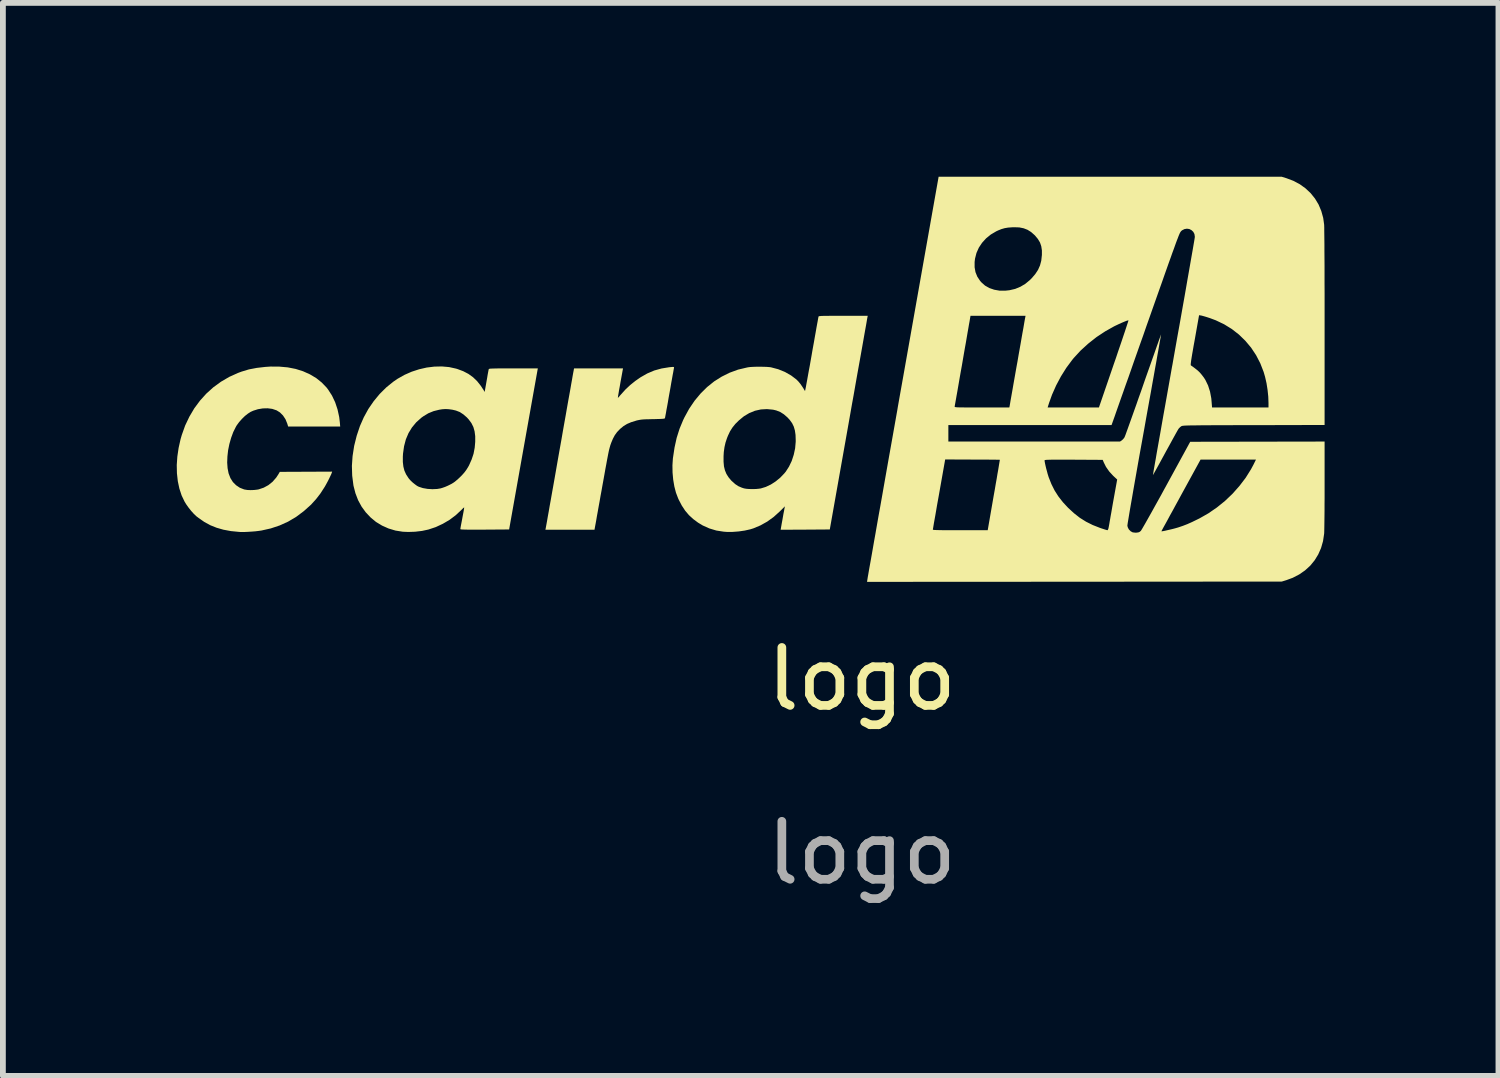
<source format=kicad_pcb>
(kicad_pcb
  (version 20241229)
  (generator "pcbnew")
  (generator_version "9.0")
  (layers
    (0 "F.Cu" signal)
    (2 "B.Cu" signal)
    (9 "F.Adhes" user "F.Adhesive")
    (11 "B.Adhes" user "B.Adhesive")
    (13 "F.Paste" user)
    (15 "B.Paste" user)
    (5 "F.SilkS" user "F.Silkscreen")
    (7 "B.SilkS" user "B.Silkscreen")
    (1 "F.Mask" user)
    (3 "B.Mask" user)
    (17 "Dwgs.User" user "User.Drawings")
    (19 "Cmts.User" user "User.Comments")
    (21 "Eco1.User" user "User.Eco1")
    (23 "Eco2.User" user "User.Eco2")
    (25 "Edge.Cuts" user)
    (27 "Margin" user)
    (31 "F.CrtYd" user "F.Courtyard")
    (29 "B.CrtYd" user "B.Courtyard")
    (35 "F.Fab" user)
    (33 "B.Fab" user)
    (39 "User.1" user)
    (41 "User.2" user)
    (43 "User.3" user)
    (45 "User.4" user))
  (footprint "logo"
    (layer "F.Cu")
    (at 11.822 4.467)
    (property "Reference" "logo" (at 0 4.2 0) (unlocked yes) (layer "F.SilkS") (effects (font (size 1 1) (thickness 0.15))))
    (attr smd)
    (fp_poly (pts (xy -10.052 -1.191) (xy -9.907 -1.178) (xy -9.77 -1.151) (xy -9.643 -1.111) (xy -9.525 -1.058) (xy -9.417 -0.994) (xy -9.321 -0.917) (xy -9.237 -0.83) (xy -9.209 -0.793) (xy -9.143 -0.69) (xy -9.089 -0.576) (xy -9.048 -0.453) (xy -9.019 -0.321) (xy -9.008 -0.228) (xy -9.002 -0.157) (xy -9.451 -0.157) (xy -9.9 -0.157) (xy -9.915 -0.207) (xy -9.946 -0.283) (xy -9.989 -0.348) (xy -10.041 -0.4) (xy -10.102 -0.438) (xy -10.104 -0.438) (xy -10.175 -0.462) (xy -10.254 -0.472) (xy -10.337 -0.47) (xy -10.421 -0.456) (xy -10.503 -0.43) (xy -10.547 -0.41) (xy -10.594 -0.38) (xy -10.646 -0.339) (xy -10.697 -0.289) (xy -10.745 -0.235) (xy -10.785 -0.181) (xy -10.801 -0.154) (xy -10.847 -0.062) (xy -10.884 0.038) (xy -10.914 0.144) (xy -10.936 0.252) (xy -10.948 0.36) (xy -10.952 0.465) (xy -10.945 0.562) (xy -10.928 0.649) (xy -10.926 0.655) (xy -10.896 0.733) (xy -10.853 0.801) (xy -10.798 0.856) (xy -10.734 0.899) (xy -10.66 0.928) (xy -10.645 0.931) (xy -10.601 0.938) (xy -10.547 0.94) (xy -10.49 0.938) (xy -10.436 0.932) (xy -10.408 0.927) (xy -10.322 0.898) (xy -10.241 0.854) (xy -10.169 0.796) (xy -10.106 0.724) (xy -10.071 0.671) (xy -10.044 0.625) (xy -9.593 0.623) (xy -9.141 0.621) (xy -9.147 0.64) (xy -9.157 0.666) (xy -9.174 0.702) (xy -9.195 0.746) (xy -9.219 0.793) (xy -9.244 0.839) (xy -9.267 0.88) (xy -9.274 0.891) (xy -9.344 0.999) (xy -9.418 1.095) (xy -9.497 1.182) (xy -9.502 1.188) (xy -9.629 1.302) (xy -9.761 1.401) (xy -9.901 1.484) (xy -10.047 1.55) (xy -10.2 1.601) (xy -10.36 1.637) (xy -10.409 1.644) (xy -10.467 1.651) (xy -10.532 1.656) (xy -10.598 1.66) (xy -10.661 1.663) (xy -10.716 1.663) (xy -10.746 1.661) (xy -10.888 1.647) (xy -11.017 1.623) (xy -11.135 1.589) (xy -11.245 1.545) (xy -11.347 1.489) (xy -11.445 1.421) (xy -11.484 1.391) (xy -11.527 1.35) (xy -11.573 1.299) (xy -11.619 1.241) (xy -11.66 1.183) (xy -11.687 1.139) (xy -11.738 1.032) (xy -11.777 0.913) (xy -11.804 0.786) (xy -11.819 0.65) (xy -11.822 0.508) (xy -11.812 0.361) (xy -11.79 0.212) (xy -11.756 0.06) (xy -11.735 -0.012) (xy -11.677 -0.175) (xy -11.604 -0.328) (xy -11.519 -0.472) (xy -11.421 -0.604) (xy -11.311 -0.726) (xy -11.19 -0.835) (xy -11.058 -0.931) (xy -10.916 -1.014) (xy -10.765 -1.082) (xy -10.703 -1.105) (xy -10.577 -1.143) (xy -10.441 -1.169) (xy -10.293 -1.186) (xy -10.204 -1.192)) (stroke (width 0) (type solid)) (fill yes) (layer "F.SilkS"))
    (fp_poly (pts (xy -3.243 -1.182) (xy -3.241 -1.176) (xy -3.242 -1.172) (xy -3.244 -1.16) (xy -3.249 -1.134) (xy -3.256 -1.093) (xy -3.266 -1.041) (xy -3.277 -0.978) (xy -3.29 -0.907) (xy -3.303 -0.83) (xy -3.318 -0.747) (xy -3.32 -0.737) (xy -3.335 -0.653) (xy -3.348 -0.575) (xy -3.361 -0.503) (xy -3.373 -0.44) (xy -3.382 -0.386) (xy -3.39 -0.345) (xy -3.395 -0.317) (xy -3.398 -0.304) (xy -3.398 -0.303) (xy -3.401 -0.298) (xy -3.408 -0.295) (xy -3.422 -0.292) (xy -3.444 -0.29) (xy -3.477 -0.288) (xy -3.522 -0.287) (xy -3.582 -0.285) (xy -3.607 -0.285) (xy -3.674 -0.283) (xy -3.727 -0.282) (xy -3.768 -0.28) (xy -3.802 -0.277) (xy -3.83 -0.273) (xy -3.856 -0.268) (xy -3.884 -0.262) (xy -3.897 -0.258) (xy -3.981 -0.232) (xy -4.052 -0.202) (xy -4.114 -0.164) (xy -4.17 -0.118) (xy -4.176 -0.112) (xy -4.225 -0.061) (xy -4.264 -0.007) (xy -4.297 0.055) (xy -4.327 0.127) (xy -4.333 0.145) (xy -4.34 0.163) (xy -4.345 0.182) (xy -4.351 0.202) (xy -4.357 0.225) (xy -4.364 0.252) (xy -4.371 0.285) (xy -4.379 0.325) (xy -4.388 0.372) (xy -4.399 0.429) (xy -4.411 0.496) (xy -4.426 0.575) (xy -4.442 0.666) (xy -4.461 0.772) (xy -4.483 0.893) (xy -4.491 0.94) (xy -4.51 1.042) (xy -4.527 1.14) (xy -4.544 1.233) (xy -4.559 1.318) (xy -4.573 1.394) (xy -4.584 1.46) (xy -4.594 1.515) (xy -4.602 1.557) (xy -4.607 1.584) (xy -4.609 1.596) (xy -4.614 1.624) (xy -5.037 1.624) (xy -5.461 1.624) (xy -5.456 1.6) (xy -5.454 1.589) (xy -5.449 1.562) (xy -5.441 1.519) (xy -5.431 1.463) (xy -5.419 1.393) (xy -5.404 1.311) (xy -5.388 1.217) (xy -5.369 1.113) (xy -5.349 0.999) (xy -5.327 0.876) (xy -5.304 0.746) (xy -5.28 0.609) (xy -5.255 0.465) (xy -5.229 0.317) (xy -5.213 0.227) (xy -5.186 0.077) (xy -5.161 -0.069) (xy -5.136 -0.21) (xy -5.112 -0.344) (xy -5.09 -0.471) (xy -5.069 -0.59) (xy -5.049 -0.7) (xy -5.031 -0.8) (xy -5.016 -0.888) (xy -5.002 -0.965) (xy -4.991 -1.03) (xy -4.982 -1.08) (xy -4.975 -1.116) (xy -4.971 -1.136) (xy -4.971 -1.141) (xy -4.966 -1.16) (xy -4.544 -1.16) (xy -4.122 -1.16) (xy -4.168 -0.908) (xy -4.179 -0.844) (xy -4.19 -0.786) (xy -4.198 -0.736) (xy -4.205 -0.696) (xy -4.209 -0.667) (xy -4.211 -0.653) (xy -4.211 -0.652) (xy -4.204 -0.657) (xy -4.189 -0.673) (xy -4.169 -0.697) (xy -4.151 -0.717) (xy -4.078 -0.798) (xy -3.999 -0.872) (xy -3.911 -0.943) (xy -3.819 -1.007) (xy -3.703 -1.073) (xy -3.583 -1.124) (xy -3.456 -1.159) (xy -3.32 -1.181) (xy -3.305 -1.182) (xy -3.272 -1.185) (xy -3.252 -1.185)) (stroke (width 0) (type solid)) (fill yes) (layer "F.SilkS"))
    (fp_poly (pts (xy -7.123 -1.183) (xy -7.005 -1.157) (xy -6.981 -1.15) (xy -6.879 -1.112) (xy -6.789 -1.065) (xy -6.711 -1.009) (xy -6.64 -0.941) (xy -6.575 -0.859) (xy -6.525 -0.782) (xy -6.509 -0.754) (xy -6.476 -0.942) (xy -6.466 -0.998) (xy -6.458 -1.048) (xy -6.45 -1.091) (xy -6.444 -1.123) (xy -6.44 -1.142) (xy -6.439 -1.145) (xy -6.437 -1.149) (xy -6.433 -1.151) (xy -6.425 -1.154) (xy -6.411 -1.156) (xy -6.39 -1.157) (xy -6.361 -1.158) (xy -6.322 -1.159) (xy -6.272 -1.16) (xy -6.21 -1.16) (xy -6.133 -1.16) (xy -6.041 -1.16) (xy -6.014 -1.16) (xy -5.592 -1.16) (xy -5.84 0.23) (xy -6.087 1.619) (xy -6.508 1.622) (xy -6.606 1.622) (xy -6.688 1.622) (xy -6.755 1.622) (xy -6.809 1.622) (xy -6.851 1.621) (xy -6.882 1.62) (xy -6.904 1.619) (xy -6.919 1.617) (xy -6.926 1.615) (xy -6.929 1.612) (xy -6.929 1.612) (xy -6.927 1.6) (xy -6.923 1.574) (xy -6.916 1.536) (xy -6.907 1.49) (xy -6.897 1.437) (xy -6.894 1.42) (xy -6.884 1.367) (xy -6.875 1.32) (xy -6.868 1.281) (xy -6.864 1.253) (xy -6.862 1.239) (xy -6.862 1.238) (xy -6.869 1.242) (xy -6.885 1.256) (xy -6.906 1.277) (xy -6.911 1.282) (xy -7.007 1.372) (xy -7.115 1.453) (xy -7.231 1.521) (xy -7.353 1.578) (xy -7.479 1.62) (xy -7.59 1.644) (xy -7.71 1.658) (xy -7.826 1.662) (xy -7.922 1.658) (xy -8.048 1.638) (xy -8.168 1.602) (xy -8.28 1.552) (xy -8.384 1.489) (xy -8.477 1.412) (xy -8.561 1.323) (xy -8.633 1.224) (xy -8.693 1.114) (xy -8.739 0.994) (xy -8.772 0.866) (xy -8.774 0.854) (xy -8.795 0.69) (xy -8.8 0.522) (xy -8.789 0.362) (xy -7.921 0.362) (xy -7.921 0.454) (xy -7.912 0.533) (xy -7.894 0.604) (xy -7.865 0.668) (xy -7.825 0.73) (xy -7.813 0.746) (xy -7.785 0.777) (xy -7.75 0.81) (xy -7.711 0.841) (xy -7.675 0.867) (xy -7.646 0.882) (xy -7.575 0.905) (xy -7.494 0.919) (xy -7.41 0.924) (xy -7.327 0.92) (xy -7.269 0.91) (xy -7.236 0.9) (xy -7.193 0.885) (xy -7.149 0.866) (xy -7.122 0.853) (xy -7.077 0.83) (xy -7.039 0.806) (xy -7.003 0.778) (xy -6.962 0.742) (xy -6.954 0.735) (xy -6.902 0.684) (xy -6.861 0.638) (xy -6.827 0.593) (xy -6.797 0.545) (xy -6.779 0.513) (xy -6.734 0.412) (xy -6.701 0.313) (xy -6.681 0.209) (xy -6.672 0.106) (xy -6.672 0.01) (xy -6.683 -0.075) (xy -6.704 -0.149) (xy -6.738 -0.217) (xy -6.785 -0.28) (xy -6.816 -0.314) (xy -6.877 -0.367) (xy -6.938 -0.407) (xy -7.005 -0.433) (xy -7.064 -0.447) (xy -7.128 -0.456) (xy -7.185 -0.459) (xy -7.243 -0.455) (xy -7.293 -0.447) (xy -7.39 -0.423) (xy -7.481 -0.386) (xy -7.567 -0.334) (xy -7.603 -0.308) (xy -7.69 -0.23) (xy -7.763 -0.142) (xy -7.823 -0.044) (xy -7.869 0.065) (xy -7.9 0.183) (xy -7.918 0.311) (xy -7.921 0.362) (xy -8.789 0.362) (xy -8.788 0.351) (xy -8.761 0.177) (xy -8.717 0.001) (xy -8.661 -0.166) (xy -8.595 -0.316) (xy -8.516 -0.46) (xy -8.424 -0.594) (xy -8.321 -0.719) (xy -8.207 -0.832) (xy -8.085 -0.931) (xy -8.012 -0.981) (xy -7.894 -1.048) (xy -7.769 -1.103) (xy -7.64 -1.145) (xy -7.509 -1.175) (xy -7.378 -1.191) (xy -7.248 -1.194)) (stroke (width 0) (type solid)) (fill yes) (layer "F.SilkS"))
    (fp_poly (pts (xy 0.095 -2.04) (xy 0.093 -2.029) (xy 0.088 -2.001) (xy 0.081 -1.959) (xy 0.071 -1.901) (xy 0.058 -1.83) (xy 0.043 -1.746) (xy 0.026 -1.649) (xy 0.007 -1.541) (xy -0.014 -1.423) (xy -0.037 -1.294) (xy -0.062 -1.156) (xy -0.088 -1.011) (xy -0.115 -0.857) (xy -0.143 -0.697) (xy -0.173 -0.532) (xy -0.203 -0.361) (xy -0.232 -0.196) (xy -0.554 1.619) (xy -0.978 1.622) (xy -1.402 1.624) (xy -1.382 1.509) (xy -1.372 1.456) (xy -1.362 1.399) (xy -1.353 1.346) (xy -1.345 1.307) (xy -1.329 1.22) (xy -1.417 1.308) (xy -1.521 1.402) (xy -1.633 1.483) (xy -1.751 1.549) (xy -1.873 1.6) (xy -1.928 1.617) (xy -2.022 1.638) (xy -2.125 1.653) (xy -2.231 1.661) (xy -2.332 1.661) (xy -2.386 1.657) (xy -2.513 1.637) (xy -2.632 1.601) (xy -2.746 1.55) (xy -2.826 1.502) (xy -2.911 1.439) (xy -2.985 1.371) (xy -3.05 1.294) (xy -3.108 1.206) (xy -3.161 1.104) (xy -3.171 1.082) (xy -3.208 0.985) (xy -3.236 0.877) (xy -3.256 0.759) (xy -3.267 0.637) (xy -3.269 0.513) (xy -3.265 0.45) (xy -2.387 0.45) (xy -2.38 0.53) (xy -2.363 0.599) (xy -2.337 0.662) (xy -2.3 0.72) (xy -2.252 0.777) (xy -2.243 0.785) (xy -2.188 0.835) (xy -2.132 0.872) (xy -2.071 0.898) (xy -2.034 0.91) (xy -1.995 0.917) (xy -1.945 0.921) (xy -1.888 0.922) (xy -1.831 0.921) (xy -1.779 0.916) (xy -1.744 0.911) (xy -1.659 0.885) (xy -1.572 0.844) (xy -1.488 0.79) (xy -1.409 0.725) (xy -1.338 0.651) (xy -1.314 0.622) (xy -1.258 0.535) (xy -1.211 0.437) (xy -1.176 0.33) (xy -1.152 0.219) (xy -1.142 0.105) (xy -1.142 0.076) (xy -1.145 -0.013) (xy -1.156 -0.089) (xy -1.175 -0.155) (xy -1.204 -0.215) (xy -1.244 -0.27) (xy -1.284 -0.314) (xy -1.346 -0.368) (xy -1.409 -0.408) (xy -1.478 -0.435) (xy -1.533 -0.448) (xy -1.639 -0.458) (xy -1.744 -0.452) (xy -1.846 -0.429) (xy -1.944 -0.389) (xy -2.036 -0.334) (xy -2.119 -0.266) (xy -2.183 -0.203) (xy -2.233 -0.141) (xy -2.275 -0.075) (xy -2.311 0.001) (xy -2.327 0.041) (xy -2.353 0.119) (xy -2.371 0.198) (xy -2.383 0.284) (xy -2.387 0.357) (xy -2.387 0.45) (xy -3.265 0.45) (xy -3.261 0.391) (xy -3.26 0.385) (xy -3.233 0.206) (xy -3.196 0.038) (xy -3.146 -0.12) (xy -3.084 -0.269) (xy -3.064 -0.311) (xy -2.981 -0.463) (xy -2.887 -0.602) (xy -2.783 -0.727) (xy -2.671 -0.838) (xy -2.549 -0.936) (xy -2.419 -1.018) (xy -2.282 -1.086) (xy -2.137 -1.139) (xy -1.985 -1.175) (xy -1.966 -1.179) (xy -1.927 -1.184) (xy -1.875 -1.187) (xy -1.816 -1.189) (xy -1.753 -1.189) (xy -1.692 -1.188) (xy -1.637 -1.186) (xy -1.591 -1.182) (xy -1.569 -1.179) (xy -1.444 -1.146) (xy -1.328 -1.099) (xy -1.221 -1.038) (xy -1.131 -0.97) (xy -1.098 -0.937) (xy -1.063 -0.895) (xy -1.031 -0.849) (xy -1.01 -0.817) (xy -0.996 -0.793) (xy -0.986 -0.776) (xy -0.981 -0.771) (xy -0.979 -0.78) (xy -0.974 -0.804) (xy -0.966 -0.842) (xy -0.957 -0.893) (xy -0.945 -0.957) (xy -0.932 -1.03) (xy -0.917 -1.113) (xy -0.9 -1.203) (xy -0.883 -1.3) (xy -0.865 -1.402) (xy -0.865 -1.404) (xy -0.847 -1.507) (xy -0.829 -1.605) (xy -0.813 -1.697) (xy -0.798 -1.781) (xy -0.785 -1.856) (xy -0.773 -1.922) (xy -0.763 -1.975) (xy -0.756 -2.016) (xy -0.751 -2.042) (xy -0.749 -2.053) (xy -0.747 -2.056) (xy -0.743 -2.059) (xy -0.735 -2.062) (xy -0.721 -2.063) (xy -0.701 -2.065) (xy -0.672 -2.066) (xy -0.633 -2.067) (xy -0.584 -2.067) (xy -0.521 -2.068) (xy -0.445 -2.068) (xy -0.353 -2.068) (xy -0.322 -2.068) (xy 0.101 -2.068)) (stroke (width 0) (type solid)) (fill yes) (layer "F.SilkS"))
    (fp_poly (pts (xy 7.323 -4.443) (xy 7.445 -4.397) (xy 7.556 -4.338) (xy 7.656 -4.266) (xy 7.743 -4.184) (xy 7.818 -4.091) (xy 7.88 -3.988) (xy 7.927 -3.876) (xy 7.96 -3.757) (xy 7.976 -3.642) (xy 7.977 -3.622) (xy 7.978 -3.585) (xy 7.978 -3.532) (xy 7.979 -3.464) (xy 7.98 -3.382) (xy 7.981 -3.286) (xy 7.981 -3.176) (xy 7.982 -3.054) (xy 7.983 -2.92) (xy 7.983 -2.775) (xy 7.983 -2.62) (xy 7.984 -2.455) (xy 7.984 -2.281) (xy 7.984 -2.098) (xy 7.984 -1.908) (xy 7.984 -1.863) (xy 7.984 -0.184) (xy 6.763 -0.181) (xy 6.593 -0.181) (xy 6.44 -0.181) (xy 6.302 -0.18) (xy 6.178 -0.18) (xy 6.069 -0.18) (xy 5.973 -0.179) (xy 5.888 -0.179) (xy 5.815 -0.178) (xy 5.753 -0.177) (xy 5.7 -0.177) (xy 5.656 -0.176) (xy 5.62 -0.175) (xy 5.591 -0.174) (xy 5.568 -0.173) (xy 5.55 -0.171) (xy 5.537 -0.17) (xy 5.527 -0.168) (xy 5.52 -0.166) (xy 5.515 -0.164) (xy 5.514 -0.164) (xy 5.49 -0.146) (xy 5.468 -0.123) (xy 5.466 -0.121) (xy 5.458 -0.108) (xy 5.442 -0.081) (xy 5.42 -0.042) (xy 5.393 0.007) (xy 5.361 0.065) (xy 5.325 0.131) (xy 5.286 0.202) (xy 5.244 0.278) (xy 5.235 0.295) (xy 5.194 0.37) (xy 5.156 0.44) (xy 5.121 0.504) (xy 5.09 0.56) (xy 5.064 0.607) (xy 5.044 0.643) (xy 5.03 0.667) (xy 5.023 0.678) (xy 5.022 0.679) (xy 5.023 0.67) (xy 5.028 0.645) (xy 5.034 0.605) (xy 5.044 0.549) (xy 5.056 0.48) (xy 5.071 0.397) (xy 5.087 0.302) (xy 5.106 0.195) (xy 5.127 0.077) (xy 5.15 -0.052) (xy 5.174 -0.19) (xy 5.2 -0.338) (xy 5.228 -0.493) (xy 5.257 -0.656) (xy 5.287 -0.825) (xy 5.318 -1) (xy 5.35 -1.181) (xy 5.359 -1.228) (xy 5.674 -1.228) (xy 5.675 -1.217) (xy 5.677 -1.212) (xy 5.678 -1.211) (xy 5.692 -1.202) (xy 5.716 -1.185) (xy 5.744 -1.164) (xy 5.772 -1.142) (xy 5.797 -1.122) (xy 5.798 -1.121) (xy 5.83 -1.09) (xy 5.865 -1.049) (xy 5.9 -1.003) (xy 5.927 -0.961) (xy 5.973 -0.866) (xy 6.007 -0.76) (xy 6.029 -0.644) (xy 6.035 -0.574) (xy 6.042 -0.486) (xy 6.529 -0.486) (xy 7.016 -0.486) (xy 7.016 -0.566) (xy 7.012 -0.674) (xy 7 -0.789) (xy 6.982 -0.904) (xy 6.957 -1.014) (xy 6.932 -1.1) (xy 6.874 -1.249) (xy 6.802 -1.388) (xy 6.716 -1.518) (xy 6.617 -1.636) (xy 6.506 -1.744) (xy 6.384 -1.839) (xy 6.251 -1.921) (xy 6.107 -1.99) (xy 6.005 -2.028) (xy 5.959 -2.043) (xy 5.917 -2.056) (xy 5.881 -2.066) (xy 5.857 -2.072) (xy 5.853 -2.073) (xy 5.818 -2.078) (xy 5.742 -1.648) (xy 5.724 -1.55) (xy 5.71 -1.468) (xy 5.698 -1.4) (xy 5.689 -1.345) (xy 5.682 -1.301) (xy 5.678 -1.268) (xy 5.675 -1.244) (xy 5.674 -1.228) (xy 5.359 -1.228) (xy 5.382 -1.359) (xy 5.415 -1.545) (xy 5.447 -1.726) (xy 5.479 -1.902) (xy 5.509 -2.072) (xy 5.538 -2.236) (xy 5.566 -2.393) (xy 5.592 -2.542) (xy 5.616 -2.682) (xy 5.639 -2.812) (xy 5.66 -2.932) (xy 5.679 -3.041) (xy 5.696 -3.138) (xy 5.711 -3.223) (xy 5.723 -3.294) (xy 5.733 -3.352) (xy 5.74 -3.394) (xy 5.744 -3.421) (xy 5.745 -3.432) (xy 5.738 -3.479) (xy 5.718 -3.517) (xy 5.687 -3.546) (xy 5.65 -3.565) (xy 5.609 -3.571) (xy 5.566 -3.564) (xy 5.525 -3.543) (xy 5.511 -3.531) (xy 5.507 -3.527) (xy 5.503 -3.522) (xy 5.498 -3.515) (xy 5.493 -3.507) (xy 5.487 -3.496) (xy 5.48 -3.481) (xy 5.472 -3.462) (xy 5.462 -3.438) (xy 5.451 -3.408) (xy 5.437 -3.373) (xy 5.421 -3.33) (xy 5.403 -3.28) (xy 5.382 -3.221) (xy 5.357 -3.154) (xy 5.33 -3.077) (xy 5.298 -2.989) (xy 5.263 -2.89) (xy 5.224 -2.78) (xy 5.181 -2.657) (xy 5.133 -2.522) (xy 5.08 -2.372) (xy 5.022 -2.208) (xy 4.959 -2.029) (xy 4.91 -1.891) (xy 4.854 -1.729) (xy 4.798 -1.572) (xy 4.744 -1.419) (xy 4.692 -1.272) (xy 4.643 -1.131) (xy 4.596 -0.997) (xy 4.551 -0.872) (xy 4.51 -0.755) (xy 4.472 -0.648) (xy 4.438 -0.551) (xy 4.408 -0.466) (xy 4.382 -0.392) (xy 4.361 -0.331) (xy 4.344 -0.284) (xy 4.333 -0.252) (xy 4.326 -0.235) (xy 4.326 -0.233) (xy 4.308 -0.183) (xy 2.9 -0.183) (xy 1.492 -0.183) (xy 1.492 -0.041) (xy 1.492 0.102) (xy 2.973 0.102) (xy 4.454 0.102) (xy 4.484 0.082) (xy 4.507 0.061) (xy 4.528 0.034) (xy 4.532 0.028) (xy 4.537 0.015) (xy 4.548 -0.012) (xy 4.563 -0.054) (xy 4.583 -0.109) (xy 4.607 -0.176) (xy 4.635 -0.254) (xy 4.666 -0.341) (xy 4.7 -0.437) (xy 4.737 -0.54) (xy 4.775 -0.65) (xy 4.816 -0.764) (xy 4.855 -0.877) (xy 4.896 -0.995) (xy 4.936 -1.108) (xy 4.974 -1.215) (xy 5.009 -1.315) (xy 5.042 -1.408) (xy 5.071 -1.491) (xy 5.097 -1.565) (xy 5.119 -1.627) (xy 5.137 -1.678) (xy 5.151 -1.715) (xy 5.159 -1.738) (xy 5.162 -1.746) (xy 5.162 -1.746) (xy 5.161 -1.737) (xy 5.157 -1.713) (xy 5.15 -1.672) (xy 5.14 -1.618) (xy 5.128 -1.549) (xy 5.114 -1.468) (xy 5.097 -1.375) (xy 5.079 -1.27) (xy 5.058 -1.155) (xy 5.036 -1.03) (xy 5.012 -0.897) (xy 4.987 -0.755) (xy 4.96 -0.607) (xy 4.932 -0.452) (xy 4.903 -0.291) (xy 4.874 -0.126) (xy 4.871 -0.11) (xy 4.833 0.101) (xy 4.797 0.299) (xy 4.764 0.484) (xy 4.734 0.655) (xy 4.706 0.813) (xy 4.681 0.956) (xy 4.659 1.085) (xy 4.639 1.198) (xy 4.622 1.297) (xy 4.608 1.381) (xy 4.597 1.448) (xy 4.588 1.5) (xy 4.583 1.535) (xy 4.581 1.554) (xy 4.581 1.557) (xy 4.589 1.585) (xy 4.604 1.614) (xy 4.608 1.62) (xy 4.639 1.651) (xy 4.673 1.669) (xy 4.716 1.674) (xy 4.735 1.674) (xy 4.768 1.67) (xy 4.79 1.662) (xy 4.806 1.649) (xy 5.168 1.649) (xy 5.174 1.651) (xy 5.195 1.648) (xy 5.226 1.642) (xy 5.265 1.633) (xy 5.309 1.623) (xy 5.356 1.612) (xy 5.402 1.6) (xy 5.444 1.588) (xy 5.467 1.581) (xy 5.54 1.556) (xy 5.615 1.527) (xy 5.696 1.491) (xy 5.786 1.447) (xy 5.825 1.428) (xy 5.978 1.341) (xy 6.125 1.24) (xy 6.265 1.127) (xy 6.395 1.003) (xy 6.514 0.869) (xy 6.621 0.729) (xy 6.713 0.582) (xy 6.756 0.502) (xy 6.8 0.413) (xy 6.322 0.413) (xy 5.844 0.413) (xy 5.507 1.028) (xy 5.455 1.124) (xy 5.405 1.215) (xy 5.359 1.3) (xy 5.315 1.379) (xy 5.277 1.45) (xy 5.243 1.512) (xy 5.214 1.564) (xy 5.192 1.604) (xy 5.177 1.633) (xy 5.169 1.648) (xy 5.168 1.649) (xy 4.806 1.649) (xy 4.808 1.648) (xy 4.813 1.644) (xy 4.82 1.633) (xy 4.836 1.607) (xy 4.858 1.569) (xy 4.887 1.519) (xy 4.922 1.457) (xy 4.962 1.386) (xy 5.007 1.306) (xy 5.055 1.219) (xy 5.108 1.124) (xy 5.163 1.025) (xy 5.22 0.92) (xy 5.252 0.862) (xy 5.665 0.106) (xy 6.825 0.104) (xy 7.984 0.102) (xy 7.984 0.848) (xy 7.984 0.962) (xy 7.984 1.074) (xy 7.983 1.181) (xy 7.983 1.282) (xy 7.982 1.376) (xy 7.981 1.461) (xy 7.98 1.535) (xy 7.979 1.597) (xy 7.978 1.646) (xy 7.977 1.68) (xy 7.976 1.693) (xy 7.957 1.82) (xy 7.923 1.939) (xy 7.874 2.05) (xy 7.812 2.151) (xy 7.736 2.244) (xy 7.647 2.325) (xy 7.546 2.395) (xy 7.434 2.453) (xy 7.323 2.494) (xy 7.245 2.518) (xy 3.667 2.521) (xy 0.089 2.523) (xy 0.095 2.482) (xy 0.097 2.47) (xy 0.101 2.443) (xy 0.109 2.399) (xy 0.119 2.34) (xy 0.132 2.266) (xy 0.148 2.179) (xy 0.166 2.077) (xy 0.186 1.963) (xy 0.208 1.836) (xy 0.233 1.697) (xy 0.246 1.621) (xy 1.224 1.621) (xy 1.227 1.624) (xy 1.238 1.626) (xy 1.257 1.628) (xy 1.287 1.629) (xy 1.326 1.63) (xy 1.378 1.631) (xy 1.443 1.632) (xy 1.523 1.632) (xy 1.617 1.632) (xy 1.697 1.632) (xy 2.171 1.632) (xy 2.276 1.026) (xy 2.294 0.926) (xy 2.31 0.831) (xy 2.326 0.742) (xy 2.339 0.662) (xy 2.352 0.59) (xy 2.362 0.529) (xy 2.37 0.48) (xy 2.376 0.444) (xy 2.379 0.427) (xy 3.152 0.427) (xy 3.154 0.447) (xy 3.16 0.479) (xy 3.169 0.52) (xy 3.18 0.567) (xy 3.193 0.614) (xy 3.205 0.66) (xy 3.217 0.698) (xy 3.222 0.715) (xy 3.27 0.836) (xy 3.325 0.946) (xy 3.39 1.048) (xy 3.467 1.147) (xy 3.557 1.244) (xy 3.659 1.338) (xy 3.761 1.418) (xy 3.868 1.485) (xy 3.982 1.542) (xy 4.109 1.592) (xy 4.126 1.598) (xy 4.166 1.611) (xy 4.2 1.622) (xy 4.225 1.629) (xy 4.238 1.632) (xy 4.238 1.632) (xy 4.245 1.624) (xy 4.253 1.605) (xy 4.257 1.587) (xy 4.263 1.557) (xy 4.27 1.518) (xy 4.277 1.475) (xy 4.28 1.459) (xy 4.285 1.431) (xy 4.292 1.389) (xy 4.302 1.335) (xy 4.313 1.271) (xy 4.325 1.201) (xy 4.338 1.128) (xy 4.349 1.067) (xy 4.405 0.757) (xy 4.336 0.693) (xy 4.268 0.619) (xy 4.212 0.539) (xy 4.175 0.465) (xy 4.155 0.418) (xy 3.653 0.415) (xy 3.547 0.415) (xy 3.457 0.415) (xy 3.382 0.415) (xy 3.32 0.415) (xy 3.27 0.415) (xy 3.231 0.416) (xy 3.201 0.417) (xy 3.18 0.418) (xy 3.166 0.42) (xy 3.157 0.422) (xy 3.153 0.424) (xy 3.152 0.427) (xy 3.152 0.427) (xy 2.379 0.427) (xy 2.379 0.422) (xy 2.38 0.417) (xy 2.371 0.416) (xy 2.346 0.416) (xy 2.308 0.415) (xy 2.257 0.415) (xy 2.194 0.414) (xy 2.123 0.414) (xy 2.043 0.413) (xy 1.958 0.413) (xy 1.907 0.413) (xy 1.437 0.411) (xy 1.331 1.011) (xy 1.313 1.111) (xy 1.296 1.205) (xy 1.281 1.294) (xy 1.267 1.375) (xy 1.254 1.447) (xy 1.243 1.508) (xy 1.235 1.558) (xy 1.229 1.594) (xy 1.225 1.616) (xy 1.224 1.621) (xy 0.246 1.621) (xy 0.259 1.547) (xy 0.287 1.387) (xy 0.318 1.216) (xy 0.35 1.035) (xy 0.383 0.846) (xy 0.418 0.648) (xy 0.454 0.443) (xy 0.492 0.23) (xy 0.531 0.011) (xy 0.571 -0.215) (xy 0.612 -0.446) (xy 0.621 -0.501) (xy 1.601 -0.501) (xy 1.601 -0.498) (xy 1.603 -0.495) (xy 1.61 -0.493) (xy 1.621 -0.491) (xy 1.64 -0.489) (xy 1.666 -0.488) (xy 1.701 -0.487) (xy 1.747 -0.487) (xy 1.805 -0.486) (xy 1.876 -0.486) (xy 1.961 -0.486) (xy 2.063 -0.486) (xy 2.071 -0.486) (xy 2.544 -0.486) (xy 3.205 -0.486) (xy 3.648 -0.486) (xy 4.09 -0.486) (xy 4.347 -1.235) (xy 4.385 -1.344) (xy 4.42 -1.449) (xy 4.454 -1.548) (xy 4.485 -1.639) (xy 4.513 -1.723) (xy 4.538 -1.797) (xy 4.559 -1.861) (xy 4.576 -1.913) (xy 4.589 -1.952) (xy 4.597 -1.978) (xy 4.6 -1.988) (xy 4.6 -1.989) (xy 4.589 -1.988) (xy 4.565 -1.981) (xy 4.53 -1.967) (xy 4.487 -1.949) (xy 4.436 -1.926) (xy 4.381 -1.9) (xy 4.352 -1.886) (xy 4.199 -1.8) (xy 4.049 -1.701) (xy 3.907 -1.589) (xy 3.774 -1.468) (xy 3.655 -1.339) (xy 3.629 -1.307) (xy 3.528 -1.171) (xy 3.435 -1.023) (xy 3.352 -0.867) (xy 3.281 -0.707) (xy 3.229 -0.562) (xy 3.205 -0.486) (xy 2.544 -0.486) (xy 2.55 -0.514) (xy 2.552 -0.527) (xy 2.557 -0.555) (xy 2.564 -0.598) (xy 2.574 -0.654) (xy 2.586 -0.722) (xy 2.6 -0.8) (xy 2.615 -0.888) (xy 2.632 -0.984) (xy 2.65 -1.086) (xy 2.669 -1.194) (xy 2.685 -1.281) (xy 2.704 -1.392) (xy 2.723 -1.499) (xy 2.741 -1.6) (xy 2.757 -1.694) (xy 2.772 -1.779) (xy 2.786 -1.855) (xy 2.797 -1.92) (xy 2.806 -1.973) (xy 2.813 -2.012) (xy 2.818 -2.036) (xy 2.819 -2.044) (xy 2.824 -2.068) (xy 2.349 -2.068) (xy 1.874 -2.068) (xy 1.864 -2.01) (xy 1.857 -1.968) (xy 1.847 -1.914) (xy 1.836 -1.849) (xy 1.823 -1.775) (xy 1.809 -1.693) (xy 1.794 -1.604) (xy 1.777 -1.511) (xy 1.76 -1.413) (xy 1.743 -1.314) (xy 1.726 -1.214) (xy 1.708 -1.115) (xy 1.691 -1.019) (xy 1.675 -0.926) (xy 1.66 -0.839) (xy 1.646 -0.758) (xy 1.633 -0.686) (xy 1.622 -0.623) (xy 1.613 -0.572) (xy 1.606 -0.534) (xy 1.602 -0.509) (xy 1.601 -0.501) (xy 0.621 -0.501) (xy 0.653 -0.682) (xy 0.696 -0.923) (xy 0.712 -1.013) (xy 1.047 -2.905) (xy 1.945 -2.905) (xy 1.96 -2.821) (xy 1.991 -2.744) (xy 2.038 -2.673) (xy 2.062 -2.645) (xy 2.125 -2.589) (xy 2.199 -2.547) (xy 2.283 -2.518) (xy 2.373 -2.502) (xy 2.471 -2.501) (xy 2.546 -2.509) (xy 2.645 -2.532) (xy 2.735 -2.569) (xy 2.819 -2.619) (xy 2.899 -2.685) (xy 2.928 -2.714) (xy 2.991 -2.787) (xy 3.039 -2.86) (xy 3.073 -2.936) (xy 3.095 -3.018) (xy 3.105 -3.11) (xy 3.106 -3.114) (xy 3.106 -3.197) (xy 3.095 -3.269) (xy 3.073 -3.333) (xy 3.037 -3.393) (xy 2.988 -3.452) (xy 2.979 -3.461) (xy 2.92 -3.513) (xy 2.858 -3.552) (xy 2.791 -3.578) (xy 2.716 -3.593) (xy 2.631 -3.596) (xy 2.594 -3.595) (xy 2.523 -3.59) (xy 2.464 -3.58) (xy 2.408 -3.564) (xy 2.351 -3.541) (xy 2.317 -3.525) (xy 2.224 -3.47) (xy 2.143 -3.404) (xy 2.074 -3.328) (xy 2.018 -3.244) (xy 1.977 -3.152) (xy 1.952 -3.054) (xy 1.945 -2.997) (xy 1.945 -2.905) (xy 1.047 -2.905) (xy 1.324 -4.467) (xy 4.284 -4.467) (xy 7.245 -4.467)) (stroke (width 0) (type solid)) (fill yes) (layer "F.SilkS"))
    (fp_text user "${REFERENCE}" (at 0 7.2 0) (unlocked yes) (layer "F.Fab") (effects (font (size 1 1) (thickness 0.15)))))
  (gr_rect
    (start -3 -3)
    (end 22.806 15.515)
    (stroke (width 0.1) (type default))
    (fill no)
    (layer "Edge.Cuts")))
</source>
